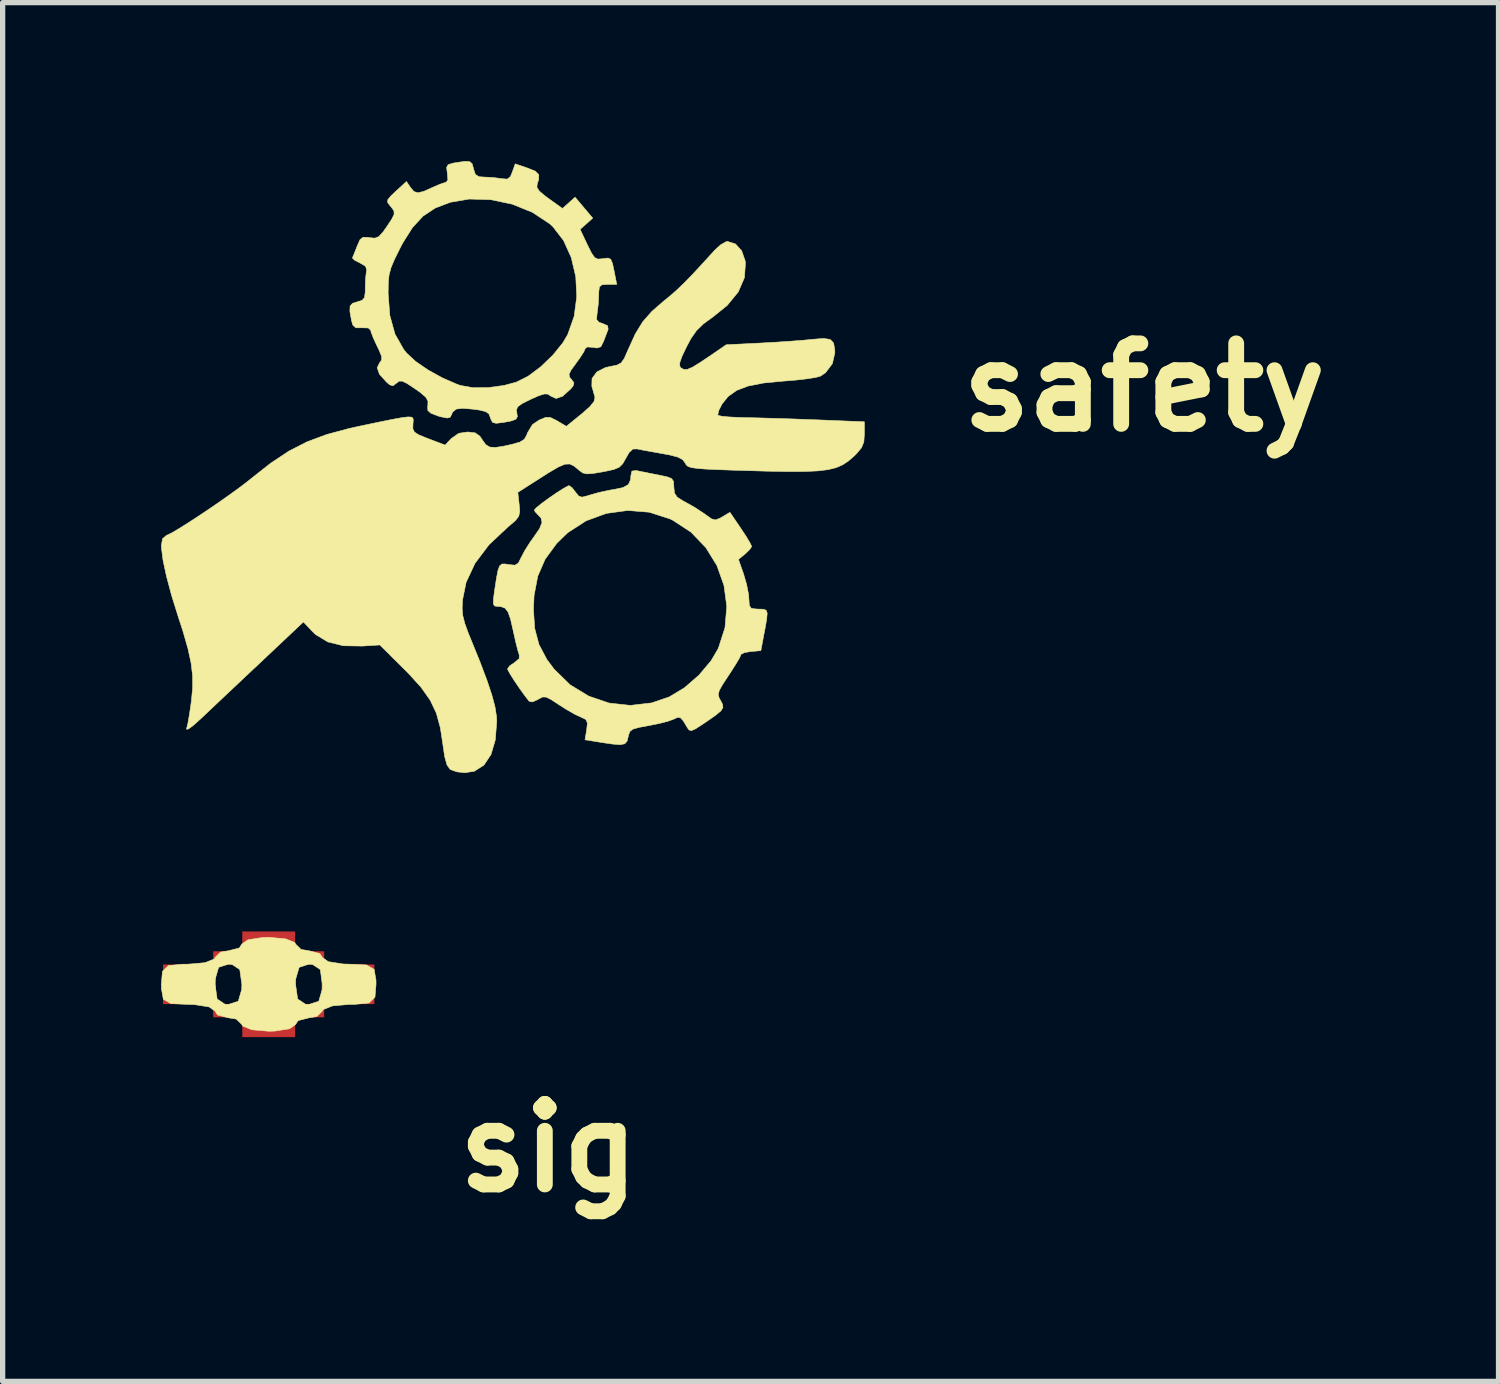
<source format=kicad_pcb>
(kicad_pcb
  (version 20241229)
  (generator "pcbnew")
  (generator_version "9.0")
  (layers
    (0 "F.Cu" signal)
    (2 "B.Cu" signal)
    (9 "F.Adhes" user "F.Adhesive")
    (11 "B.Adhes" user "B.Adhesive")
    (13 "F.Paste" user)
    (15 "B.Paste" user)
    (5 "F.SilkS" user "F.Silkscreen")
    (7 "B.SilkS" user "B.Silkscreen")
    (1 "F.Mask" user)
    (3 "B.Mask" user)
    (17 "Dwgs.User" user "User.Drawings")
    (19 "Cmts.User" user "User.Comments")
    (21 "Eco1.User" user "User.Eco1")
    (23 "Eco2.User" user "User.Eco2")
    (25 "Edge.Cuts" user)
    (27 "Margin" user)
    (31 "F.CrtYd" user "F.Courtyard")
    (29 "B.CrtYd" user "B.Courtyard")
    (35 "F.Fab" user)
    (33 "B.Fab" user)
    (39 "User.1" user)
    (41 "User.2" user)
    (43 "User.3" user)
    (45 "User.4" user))
  (footprint "safety"
    (layer "F.Cu")
    (at 6.761 5.585)
    (property "Reference" "safety" (at 11.85 -1.3 0) (layer "F.SilkS") (effects (font (size 1.524 1.524) (thickness 0.3))))
    (attr through_hole)
    (fp_poly (pts (xy 2.248 0.276) (xy 2.361 0.299) (xy 2.529 0.333) (xy 2.654 0.357) (xy 2.818 0.392) (xy 2.905 0.426) (xy 2.94 0.48) (xy 2.946 0.572) (xy 2.946 0.587) (xy 2.958 0.7) (xy 3.009 0.777) (xy 3.124 0.85) (xy 3.162 0.87) (xy 3.338 0.969) (xy 3.509 1.081) (xy 3.547 1.108) (xy 3.658 1.187) (xy 3.733 1.208) (xy 3.815 1.177) (xy 3.862 1.151) (xy 4.008 1.064) (xy 4.214 1.368) (xy 4.315 1.521) (xy 4.388 1.643) (xy 4.419 1.708) (xy 4.42 1.71) (xy 4.384 1.766) (xy 4.299 1.849) (xy 4.294 1.852) (xy 4.169 1.956) (xy 4.267 2.235) (xy 4.323 2.428) (xy 4.36 2.616) (xy 4.367 2.705) (xy 4.375 2.83) (xy 4.414 2.883) (xy 4.512 2.895) (xy 4.547 2.896) (xy 4.638 2.898) (xy 4.692 2.917) (xy 4.713 2.972) (xy 4.704 3.082) (xy 4.672 3.266) (xy 4.655 3.353) (xy 4.593 3.683) (xy 4.405 3.699) (xy 4.283 3.719) (xy 4.219 3.751) (xy 4.216 3.758) (xy 4.19 3.818) (xy 4.119 3.939) (xy 4.018 4.097) (xy 3.984 4.148) (xy 3.871 4.321) (xy 3.807 4.433) (xy 3.787 4.509) (xy 3.801 4.573) (xy 3.831 4.628) (xy 3.869 4.701) (xy 3.875 4.76) (xy 3.838 4.821) (xy 3.745 4.9) (xy 3.584 5.013) (xy 3.495 5.073) (xy 3.358 5.162) (xy 3.279 5.197) (xy 3.233 5.184) (xy 3.204 5.144) (xy 3.124 5.011) (xy 3.068 4.951) (xy 3.011 4.948) (xy 2.945 4.979) (xy 2.836 5.019) (xy 2.665 5.063) (xy 2.468 5.102) (xy 2.281 5.137) (xy 2.17 5.169) (xy 2.114 5.212) (xy 2.089 5.279) (xy 2.082 5.311) (xy 2.06 5.397) (xy 2.016 5.446) (xy 1.93 5.463) (xy 1.781 5.451) (xy 1.584 5.422) (xy 1.264 5.37) (xy 1.296 5.18) (xy 1.309 5.053) (xy 1.281 4.987) (xy 1.193 4.943) (xy 1.185 4.94) (xy 1.065 4.884) (xy 0.904 4.791) (xy 0.771 4.706) (xy 0.623 4.609) (xy 0.529 4.562) (xy 0.462 4.56) (xy 0.392 4.595) (xy 0.375 4.606) (xy 0.271 4.653) (xy 0.209 4.643) (xy 0.126 4.537) (xy 0.026 4.398) (xy -0.074 4.251) (xy -0.155 4.123) (xy -0.199 4.041) (xy -0.203 4.028) (xy -0.163 3.971) (xy -0.074 3.911) (xy 0.018 3.834) (xy 0.019 3.762) (xy -0.008 3.676) (xy -0.047 3.521) (xy -0.09 3.33) (xy -0.096 3.302) (xy -0.146 3.085) (xy -0.194 2.949) (xy -0.236 2.896) (xy 0.288 2.896) (xy 0.311 3.259) (xy 0.392 3.566) (xy 0.542 3.85) (xy 0.682 4.037) (xy 0.983 4.33) (xy 1.335 4.544) (xy 1.72 4.675) (xy 2.122 4.719) (xy 2.526 4.672) (xy 2.858 4.559) (xy 3.147 4.385) (xy 3.422 4.146) (xy 3.653 3.871) (xy 3.788 3.64) (xy 3.914 3.248) (xy 3.948 2.845) (xy 3.895 2.448) (xy 3.761 2.071) (xy 3.55 1.73) (xy 3.27 1.439) (xy 2.926 1.214) (xy 2.872 1.188) (xy 2.48 1.062) (xy 2.073 1.029) (xy 1.669 1.084) (xy 1.286 1.224) (xy 0.941 1.446) (xy 0.73 1.65) (xy 0.51 1.95) (xy 0.37 2.271) (xy 0.3 2.636) (xy 0.288 2.896) (xy -0.236 2.896) (xy -0.251 2.877) (xy -0.329 2.849) (xy -0.386 2.846) (xy -0.445 2.838) (xy -0.471 2.801) (xy -0.47 2.711) (xy -0.449 2.553) (xy -0.413 2.316) (xy -0.384 2.164) (xy -0.352 2.078) (xy -0.308 2.043) (xy -0.244 2.042) (xy -0.182 2.053) (xy -0.063 2.065) (xy 0.003 2.024) (xy 0.054 1.922) (xy 0.126 1.785) (xy 0.231 1.62) (xy 0.289 1.54) (xy 0.404 1.373) (xy 0.45 1.257) (xy 0.431 1.171) (xy 0.381 1.118) (xy 0.317 1.049) (xy 0.305 1.019) (xy 0.344 0.976) (xy 0.443 0.896) (xy 0.578 0.797) (xy 0.723 0.697) (xy 0.853 0.614) (xy 0.942 0.565) (xy 0.963 0.559) (xy 1.018 0.597) (xy 1.084 0.681) (xy 1.143 0.756) (xy 1.207 0.777) (xy 1.316 0.75) (xy 1.357 0.736) (xy 1.529 0.688) (xy 1.733 0.644) (xy 1.803 0.633) (xy 1.985 0.595) (xy 2.085 0.538) (xy 2.127 0.445) (xy 2.133 0.367) (xy 2.153 0.283) (xy 2.229 0.273) (xy 2.248 0.276)) (stroke (width 0.01) (type solid)) (fill yes) (layer "F.SilkS"))
    (fp_poly (pts (xy -0.92 -5.576) (xy -0.873 -5.535) (xy -0.848 -5.447) (xy -0.846 -5.436) (xy -0.811 -5.331) (xy -0.74 -5.289) (xy -0.643 -5.283) (xy -0.469 -5.274) (xy -0.318 -5.253) (xy -0.208 -5.244) (xy -0.148 -5.291) (xy -0.112 -5.378) (xy -0.057 -5.533) (xy 0.174 -5.454) (xy 0.324 -5.394) (xy 0.389 -5.329) (xy 0.387 -5.235) (xy 0.36 -5.157) (xy 0.353 -5.09) (xy 0.397 -5.019) (xy 0.508 -4.925) (xy 0.579 -4.873) (xy 0.838 -4.688) (xy 1.076 -4.902) (xy 1.243 -4.704) (xy 1.41 -4.506) (xy 1.291 -4.399) (xy 1.171 -4.293) (xy 1.309 -4.001) (xy 1.388 -3.843) (xy 1.446 -3.759) (xy 1.507 -3.73) (xy 1.59 -3.736) (xy 1.605 -3.739) (xy 1.698 -3.75) (xy 1.751 -3.727) (xy 1.785 -3.645) (xy 1.814 -3.509) (xy 1.865 -3.251) (xy 1.694 -3.251) (xy 1.584 -3.244) (xy 1.536 -3.203) (xy 1.524 -3.099) (xy 1.524 -3.054) (xy 1.515 -2.877) (xy 1.495 -2.711) (xy 1.493 -2.701) (xy 1.482 -2.589) (xy 1.525 -2.535) (xy 1.597 -2.511) (xy 1.693 -2.468) (xy 1.702 -2.4) (xy 1.7 -2.394) (xy 1.658 -2.285) (xy 1.614 -2.169) (xy 1.564 -2.07) (xy 1.487 -2.047) (xy 1.416 -2.059) (xy 1.309 -2.067) (xy 1.27 -2.04) (xy 1.241 -1.974) (xy 1.167 -1.859) (xy 1.097 -1.762) (xy 1.001 -1.63) (xy 0.962 -1.55) (xy 0.972 -1.494) (xy 1.005 -1.455) (xy 1.055 -1.389) (xy 1.038 -1.327) (xy 0.988 -1.267) (xy 0.839 -1.133) (xy 0.717 -1.091) (xy 0.618 -1.136) (xy 0.561 -1.174) (xy 0.494 -1.177) (xy 0.387 -1.143) (xy 0.238 -1.077) (xy 0.077 -0.997) (xy -0.007 -0.937) (xy -0.034 -0.878) (xy -0.028 -0.829) (xy -0.016 -0.748) (xy -0.045 -0.698) (xy -0.136 -0.665) (xy -0.286 -0.637) (xy -0.42 -0.621) (xy -0.487 -0.639) (xy -0.52 -0.703) (xy -0.527 -0.728) (xy -0.556 -0.8) (xy -0.617 -0.843) (xy -0.734 -0.872) (xy -0.869 -0.89) (xy -1.058 -0.905) (xy -1.172 -0.891) (xy -1.24 -0.837) (xy -1.286 -0.738) (xy -1.341 -0.721) (xy -1.468 -0.745) (xy -1.519 -0.76) (xy -1.653 -0.812) (xy -1.711 -0.863) (xy -1.715 -0.939) (xy -1.711 -0.962) (xy -1.709 -1.042) (xy -1.75 -1.115) (xy -1.85 -1.202) (xy -1.956 -1.277) (xy -2.104 -1.375) (xy -2.196 -1.42) (xy -2.256 -1.419) (xy -2.305 -1.382) (xy -2.37 -1.332) (xy -2.433 -1.35) (xy -2.492 -1.4) (xy -2.628 -1.551) (xy -2.67 -1.674) (xy -2.626 -1.764) (xy -2.587 -1.819) (xy -2.587 -1.888) (xy -2.632 -2.001) (xy -2.672 -2.083) (xy -2.741 -2.231) (xy -2.785 -2.346) (xy -2.794 -2.386) (xy -2.839 -2.426) (xy -2.959 -2.43) (xy -3.075 -2.429) (xy -3.131 -2.479) (xy -3.156 -2.565) (xy -3.187 -2.739) (xy -3.184 -2.84) (xy -3.137 -2.893) (xy -3.048 -2.921) (xy -2.956 -2.949) (xy -2.911 -3) (xy -2.899 -3.085) (xy -2.463 -3.085) (xy -2.463 -3.08) (xy -2.431 -2.662) (xy -2.334 -2.312) (xy -2.168 -2.018) (xy -2.11 -1.947) (xy -1.942 -1.792) (xy -1.706 -1.63) (xy -1.434 -1.48) (xy -1.158 -1.36) (xy -1.095 -1.338) (xy -0.859 -1.296) (xy -0.571 -1.297) (xy -0.268 -1.338) (xy -0.035 -1.401) (xy 0.188 -1.513) (xy 0.427 -1.692) (xy 0.655 -1.911) (xy 0.844 -2.144) (xy 0.937 -2.302) (xy 1.059 -2.648) (xy 1.108 -3.02) (xy 1.089 -3.397) (xy 1.004 -3.759) (xy 0.858 -4.082) (xy 0.654 -4.346) (xy 0.598 -4.397) (xy 0.271 -4.614) (xy -0.111 -4.769) (xy -0.52 -4.855) (xy -0.928 -4.867) (xy -1.284 -4.806) (xy -1.57 -4.697) (xy -1.803 -4.543) (xy -2.003 -4.326) (xy -2.189 -4.031) (xy -2.235 -3.942) (xy -2.341 -3.728) (xy -2.408 -3.57) (xy -2.445 -3.432) (xy -2.46 -3.282) (xy -2.463 -3.085) (xy -2.899 -3.085) (xy -2.897 -3.105) (xy -2.896 -3.2) (xy -2.89 -3.361) (xy -2.876 -3.486) (xy -2.868 -3.519) (xy -2.889 -3.593) (xy -2.996 -3.657) (xy -3.098 -3.709) (xy -3.139 -3.75) (xy -3.139 -3.753) (xy -3.112 -3.817) (xy -3.065 -3.936) (xy -3.05 -3.975) (xy -2.996 -4.097) (xy -2.937 -4.144) (xy -2.842 -4.141) (xy -2.815 -4.136) (xy -2.715 -4.126) (xy -2.641 -4.155) (xy -2.562 -4.24) (xy -2.495 -4.335) (xy -2.396 -4.483) (xy -2.35 -4.577) (xy -2.353 -4.643) (xy -2.4 -4.71) (xy -2.425 -4.738) (xy -2.471 -4.798) (xy -2.471 -4.852) (xy -2.413 -4.924) (xy -2.314 -5.017) (xy -2.116 -5.199) (xy -2.042 -5.089) (xy -1.976 -5.01) (xy -1.9 -4.985) (xy -1.786 -5.013) (xy -1.638 -5.08) (xy -1.498 -5.141) (xy -1.393 -5.178) (xy -1.368 -5.182) (xy -1.332 -5.226) (xy -1.342 -5.353) (xy -1.356 -5.465) (xy -1.326 -5.519) (xy -1.226 -5.548) (xy -1.182 -5.555) (xy -1.014 -5.58) (xy -0.92 -5.576)) (stroke (width 0.01) (type solid)) (fill yes) (layer "F.SilkS"))
    (fp_poly (pts (xy 4.112 -4.017) (xy 4.229 -3.889) (xy 4.296 -3.698) (xy 4.302 -3.656) (xy 4.282 -3.379) (xy 4.166 -3.109) (xy 3.956 -2.853) (xy 3.697 -2.644) (xy 3.507 -2.505) (xy 3.375 -2.377) (xy 3.269 -2.225) (xy 3.186 -2.069) (xy 3.099 -1.886) (xy 3.058 -1.77) (xy 3.058 -1.702) (xy 3.081 -1.67) (xy 3.135 -1.64) (xy 3.202 -1.642) (xy 3.3 -1.684) (xy 3.446 -1.774) (xy 3.621 -1.891) (xy 3.937 -2.108) (xy 4.597 -2.141) (xy 4.882 -2.157) (xy 5.164 -2.176) (xy 5.41 -2.195) (xy 5.58 -2.212) (xy 5.784 -2.228) (xy 5.907 -2.208) (xy 5.971 -2.14) (xy 5.992 -2.013) (xy 5.994 -1.954) (xy 5.947 -1.751) (xy 5.82 -1.582) (xy 5.727 -1.517) (xy 5.634 -1.49) (xy 5.464 -1.463) (xy 5.243 -1.438) (xy 5.019 -1.42) (xy 4.643 -1.384) (xy 4.353 -1.327) (xy 4.134 -1.244) (xy 3.972 -1.128) (xy 3.857 -0.984) (xy 3.797 -0.866) (xy 3.778 -0.785) (xy 3.783 -0.772) (xy 3.846 -0.756) (xy 3.987 -0.742) (xy 4.182 -0.732) (xy 4.31 -0.729) (xy 4.535 -0.724) (xy 4.83 -0.715) (xy 5.164 -0.705) (xy 5.507 -0.692) (xy 5.677 -0.686) (xy 6.553 -0.65) (xy 6.553 -0.419) (xy 6.543 -0.269) (xy 6.499 -0.159) (xy 6.402 -0.044) (xy 6.356 0.000396) (xy 6.251 0.092) (xy 6.143 0.164) (xy 6.019 0.218) (xy 5.866 0.256) (xy 5.67 0.28) (xy 5.42 0.291) (xy 5.101 0.292) (xy 4.701 0.285) (xy 4.437 0.277) (xy 4.054 0.266) (xy 3.759 0.255) (xy 3.541 0.245) (xy 3.387 0.233) (xy 3.285 0.218) (xy 3.222 0.199) (xy 3.186 0.173) (xy 3.165 0.141) (xy 3.16 0.13) (xy 3.112 0.066) (xy 3.021 0.018) (xy 2.866 -0.022) (xy 2.736 -0.046) (xy 2.537 -0.082) (xy 2.365 -0.113) (xy 2.255 -0.135) (xy 2.251 -0.136) (xy 2.17 -0.134) (xy 2.1 -0.07) (xy 2.039 0.037) (xy 1.978 0.144) (xy 1.912 0.21) (xy 1.81 0.253) (xy 1.644 0.289) (xy 1.597 0.298) (xy 1.412 0.329) (xy 1.297 0.336) (xy 1.222 0.318) (xy 1.156 0.271) (xy 1.149 0.264) (xy 1.056 0.187) (xy 0.974 0.149) (xy 0.883 0.153) (xy 0.761 0.205) (xy 0.588 0.306) (xy 0.454 0.391) (xy -0.008 0.686) (xy 0.018 0.917) (xy 0.028 1.048) (xy 0.01 1.138) (xy -0.052 1.219) (xy -0.175 1.325) (xy -0.194 1.34) (xy -0.553 1.677) (xy -0.818 2.028) (xy -0.987 2.39) (xy -1.054 2.72) (xy -1.062 2.881) (xy -1.05 3.019) (xy -1.012 3.168) (xy -0.942 3.36) (xy -0.891 3.484) (xy -0.72 3.905) (xy -0.591 4.248) (xy -0.499 4.524) (xy -0.44 4.746) (xy -0.412 4.927) (xy -0.407 5.019) (xy -0.434 5.372) (xy -0.516 5.65) (xy -0.649 5.849) (xy -0.83 5.965) (xy -1.01 5.994) (xy -1.162 5.977) (xy -1.281 5.935) (xy -1.29 5.928) (xy -1.348 5.848) (xy -1.392 5.693) (xy -1.423 5.483) (xy -1.474 5.145) (xy -1.55 4.867) (xy -1.666 4.622) (xy -1.835 4.382) (xy -2.071 4.121) (xy -2.156 4.036) (xy -2.62 3.575) (xy -2.949 3.596) (xy -3.313 3.59) (xy -3.606 3.517) (xy -3.837 3.377) (xy -3.899 3.317) (xy -4.067 3.139) (xy -4.891 3.916) (xy -5.153 4.162) (xy -5.409 4.404) (xy -5.645 4.626) (xy -5.843 4.813) (xy -5.987 4.95) (xy -6.014 4.975) (xy -6.154 5.1) (xy -6.246 5.167) (xy -6.28 5.17) (xy -6.278 5.156) (xy -6.254 5.06) (xy -6.225 4.894) (xy -6.195 4.69) (xy -6.188 4.636) (xy -6.164 4.389) (xy -6.165 4.156) (xy -6.194 3.915) (xy -6.253 3.643) (xy -6.347 3.316) (xy -6.434 3.048) (xy -6.562 2.639) (xy -6.66 2.272) (xy -6.726 1.964) (xy -6.755 1.729) (xy -6.756 1.693) (xy -6.734 1.563) (xy -6.66 1.5) (xy -6.653 1.498) (xy -6.558 1.452) (xy -6.399 1.358) (xy -6.194 1.228) (xy -5.96 1.074) (xy -5.715 0.908) (xy -5.477 0.741) (xy -5.264 0.587) (xy -5.094 0.456) (xy -5.055 0.424) (xy -4.684 0.132) (xy -4.342 -0.095) (xy -4 -0.27) (xy -3.628 -0.409) (xy -3.197 -0.525) (xy -2.971 -0.574) (xy -2.632 -0.645) (xy -2.381 -0.696) (xy -2.204 -0.728) (xy -2.089 -0.742) (xy -2.022 -0.739) (xy -1.993 -0.717) (xy -1.987 -0.679) (xy -1.992 -0.624) (xy -1.993 -0.606) (xy -1.995 -0.517) (xy -1.966 -0.457) (xy -1.888 -0.405) (xy -1.739 -0.344) (xy -1.695 -0.327) (xy -1.384 -0.209) (xy -1.267 -0.333) (xy -1.126 -0.432) (xy -0.959 -0.457) (xy -0.817 -0.441) (xy -0.726 -0.377) (xy -0.678 -0.305) (xy -0.615 -0.217) (xy -0.541 -0.172) (xy -0.432 -0.164) (xy -0.263 -0.191) (xy -0.127 -0.221) (xy 0.029 -0.265) (xy 0.116 -0.319) (xy 0.164 -0.406) (xy 0.174 -0.439) (xy 0.27 -0.598) (xy 0.396 -0.683) (xy 0.517 -0.733) (xy 0.605 -0.733) (xy 0.714 -0.68) (xy 0.741 -0.665) (xy 0.911 -0.564) (xy 1.194 -0.794) (xy 1.352 -0.932) (xy 1.434 -1.032) (xy 1.453 -1.108) (xy 1.45 -1.122) (xy 1.412 -1.257) (xy 1.393 -1.323) (xy 1.397 -1.47) (xy 1.488 -1.594) (xy 1.651 -1.677) (xy 1.741 -1.697) (xy 1.866 -1.722) (xy 1.946 -1.763) (xy 2.007 -1.848) (xy 2.074 -2) (xy 2.083 -2.021) (xy 2.217 -2.315) (xy 2.357 -2.543) (xy 2.529 -2.739) (xy 2.753 -2.934) (xy 2.889 -3.045) (xy 3.015 -3.156) (xy 3.146 -3.283) (xy 3.299 -3.44) (xy 3.488 -3.644) (xy 3.72 -3.899) (xy 3.832 -4.001) (xy 3.934 -4.059) (xy 3.961 -4.064) (xy 4.112 -4.017)) (stroke (width 0.01) (type solid)) (fill yes) (layer "F.SilkS")))
  (footprint "sig"
    (layer "F.Cu")
    (at 2.037 15.584)
    (property "Reference" "sig" (at 5.3 3.1 0) (layer "F.SilkS") (effects (font (size 1.524 1.524) (thickness 0.3))))
    (attr through_hole)
    (fp_poly (pts (xy 0.318 -0.861) (xy 0.495 -0.79) (xy 0.508 -0.762) (xy 0.614 -0.659) (xy 0.762 -0.635) (xy 0.968 -0.582) (xy 1.016 -0.508) (xy 1.129 -0.428) (xy 1.41 -0.384) (xy 1.524 -0.381) (xy 1.85 -0.366) (xy 1.995 -0.284) (xy 2.031 -0.082) (xy 2.032 0) (xy 2.012 0.244) (xy 1.903 0.353) (xy 1.633 0.38) (xy 1.524 0.381) (xy 1.206 0.409) (xy 1.029 0.48) (xy 1.016 0.508) (xy 0.91 0.611) (xy 0.762 0.635) (xy 0.556 0.688) (xy 0.508 0.762) (xy 0.395 0.842) (xy 0.114 0.886) (xy 0 0.889) (xy -0.318 0.861) (xy -0.495 0.79) (xy -0.508 0.762) (xy -0.614 0.659) (xy -0.762 0.635) (xy -0.968 0.582) (xy -1.016 0.508) (xy -1.129 0.428) (xy -1.41 0.384) (xy -1.524 0.381) (xy -1.85 0.366) (xy -1.995 0.284) (xy -2.031 0.082) (xy -2.032 0) (xy -1.016 0) (xy -0.976 0.279) (xy -0.828 0.377) (xy -0.762 0.381) (xy -0.576 0.321) (xy -0.511 0.098) (xy -0.508 0) (xy 0.508 0) (xy 0.548 0.279) (xy 0.696 0.377) (xy 0.762 0.381) (xy 0.948 0.321) (xy 1.013 0.098) (xy 1.016 0) (xy 0.976 -0.279) (xy 0.828 -0.377) (xy 0.762 -0.381) (xy 0.576 -0.321) (xy 0.511 -0.098) (xy 0.508 0) (xy -0.508 0) (xy -0.548 -0.279) (xy -0.696 -0.377) (xy -0.762 -0.381) (xy -0.948 -0.321) (xy -1.013 -0.098) (xy -1.016 0) (xy -2.032 0) (xy -2.012 -0.244) (xy -1.903 -0.353) (xy -1.633 -0.38) (xy -1.524 -0.381) (xy -1.206 -0.409) (xy -1.029 -0.48) (xy -1.016 -0.508) (xy -0.91 -0.611) (xy -0.762 -0.635) (xy -0.556 -0.688) (xy -0.508 -0.762) (xy -0.395 -0.842) (xy -0.114 -0.886) (xy 0 -0.889) (xy 0.318 -0.861)) (stroke (width 0.01) (type solid)) (fill yes) (layer "F.SilkS"))
    (pad "" smd rect (at -1.5 0 90) (size 0.75 1) (layers "F.Cu" "F.Mask" "F.Paste"))
    (pad "" smd rect (at 0 -0.5 90) (size 0.25 2.1) (layers "F.Cu" "F.Mask" "F.Paste"))
    (pad "" smd rect (at 0 0 90) (size 2 1) (layers "F.Cu" "F.Mask" "F.Paste"))
    (pad "" smd rect (at 0 0.5 90) (size 0.25 2.1) (layers "F.Cu" "F.Mask" "F.Paste"))
    (pad "" smd rect (at 1.5 0 90) (size 0.75 1) (layers "F.Cu" "F.Mask" "F.Paste")))
  (gr_rect
    (start -3 -3)
    (end 25.319 23.102)
    (stroke (width 0.1) (type default))
    (fill no)
    (layer "Edge.Cuts")))
</source>
